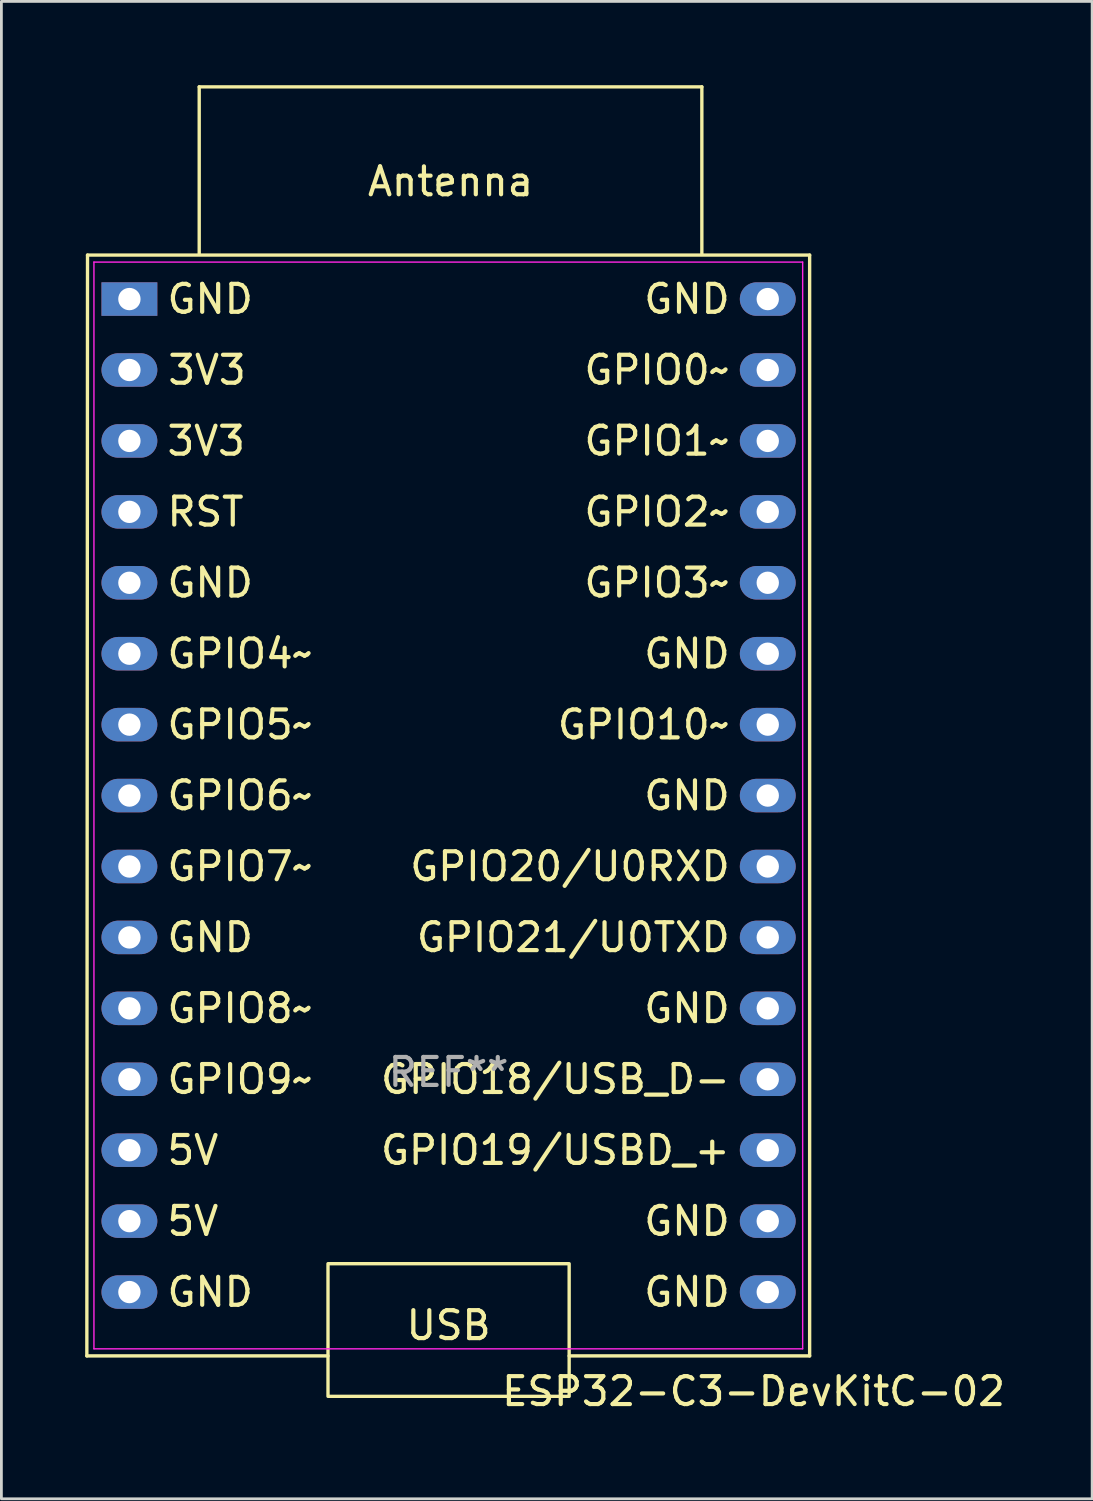
<source format=kicad_pcb>
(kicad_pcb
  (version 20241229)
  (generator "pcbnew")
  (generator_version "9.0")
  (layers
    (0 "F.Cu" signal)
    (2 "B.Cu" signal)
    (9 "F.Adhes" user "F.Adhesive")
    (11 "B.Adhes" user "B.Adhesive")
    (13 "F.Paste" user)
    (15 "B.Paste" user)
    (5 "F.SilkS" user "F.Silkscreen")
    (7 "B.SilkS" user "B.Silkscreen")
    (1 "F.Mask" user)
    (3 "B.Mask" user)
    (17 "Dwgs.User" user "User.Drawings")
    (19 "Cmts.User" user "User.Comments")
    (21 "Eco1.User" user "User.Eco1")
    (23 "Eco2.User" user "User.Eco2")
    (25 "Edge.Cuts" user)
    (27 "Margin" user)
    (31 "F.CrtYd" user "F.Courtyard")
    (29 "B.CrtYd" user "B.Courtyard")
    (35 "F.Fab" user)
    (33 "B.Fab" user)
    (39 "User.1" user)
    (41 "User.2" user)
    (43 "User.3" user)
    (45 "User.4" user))
  (footprint "ESP32-C3-DevKitC-02"
    (layer "F.Cu")
    (at 1.584 7.66)
    (property "Reference" "ESP32-C3-DevKitC-02" (at 22.352 39.116 0) (layer "F.SilkS") (effects (font (size 1 1) (thickness 0.15))))
    (attr through_hole)
    (fp_line (start -1.524 37.846) (end 7.112 37.846) (stroke (width 0.12) (type solid)) (layer "F.SilkS"))
    (fp_line (start -1.5 -1.575) (end -1.524 37.846) (stroke (width 0.12) (type solid)) (layer "F.SilkS"))
    (fp_line (start 2.5 -7.6) (end 20.5 -7.6) (stroke (width 0.12) (type default)) (layer "F.SilkS"))
    (fp_line (start 2.5 -1.6) (end 2.5 -7.6) (stroke (width 0.12) (type default)) (layer "F.SilkS"))
    (fp_line (start 20.5 -7.6) (end 20.5 -1.6) (stroke (width 0.12) (type default)) (layer "F.SilkS"))
    (fp_line (start 24.36 37.846) (end 15.748 37.846) (stroke (width 0.12) (type default)) (layer "F.SilkS"))
    (fp_line (start 24.36 37.846) (end 24.36 -1.575) (stroke (width 0.12) (type solid)) (layer "F.SilkS"))
    (fp_line (start 24.36 -1.575) (end -1.5 -1.575) (stroke (width 0.12) (type solid)) (layer "F.SilkS"))
    (fp_rect (start 7.112 34.544) (end 15.748 39.294) (stroke (width 0.12) (type solid)) (fill no) (layer "F.SilkS"))
    (fp_line (start -1.27 -1.325) (end 24.11 -1.325) (stroke (width 0.05) (type solid)) (layer "F.CrtYd"))
    (fp_line (start -1.27 37.592) (end -1.27 -1.325) (stroke (width 0.05) (type solid)) (layer "F.CrtYd"))
    (fp_line (start 24.11 -1.325) (end 24.11 37.592) (stroke (width 0.05) (type solid)) (layer "F.CrtYd"))
    (fp_line (start 24.11 37.592) (end -1.27 37.592) (stroke (width 0.05) (type solid)) (layer "F.CrtYd"))
    (fp_text user "GPIO6~" (at 1.27 17.78 0) (unlocked yes) (layer "F.SilkS") (effects (font (size 1 1) (thickness 0.15)) (justify left)))
    (fp_text user "GND" (at 1.27 35.56 0) (unlocked yes) (layer "F.SilkS") (effects (font (size 1 1) (thickness 0.15)) (justify left)))
    (fp_text user "GPIO3~" (at 21.59 10.16 0) (unlocked yes) (layer "F.SilkS") (effects (font (size 1 1) (thickness 0.15)) (justify right)))
    (fp_text user "USB" (at 11.43 37.338 0) (unlocked yes) (layer "F.SilkS") (effects (font (size 1 1) (thickness 0.15)) (justify bottom)))
    (fp_text user "GPIO1~" (at 21.59 5.08 0) (unlocked yes) (layer "F.SilkS") (effects (font (size 1 1) (thickness 0.15)) (justify right)))
    (fp_text user "GND" (at 21.59 25.4 0) (unlocked yes) (layer "F.SilkS") (effects (font (size 1 1) (thickness 0.15)) (justify right)))
    (fp_text user "GPIO18/USB_D-" (at 21.59 27.94 0) (unlocked yes) (layer "F.SilkS") (effects (font (size 1 1) (thickness 0.15)) (justify right)))
    (fp_text user "GPIO21/U0TXD" (at 21.59 22.86 0) (unlocked yes) (layer "F.SilkS") (effects (font (size 1 1) (thickness 0.15)) (justify right)))
    (fp_text user "GND" (at 21.59 12.7 0) (unlocked yes) (layer "F.SilkS") (effects (font (size 1 1) (thickness 0.15)) (justify right)))
    (fp_text user "GPIO20/U0RXD" (at 21.59 20.32 0) (unlocked yes) (layer "F.SilkS") (effects (font (size 1 1) (thickness 0.15)) (justify right)))
    (fp_text user "5V" (at 1.27 33.02 0) (unlocked yes) (layer "F.SilkS") (effects (font (size 1 1) (thickness 0.15)) (justify left)))
    (fp_text user "GND" (at 21.59 35.56 0) (unlocked yes) (layer "F.SilkS") (effects (font (size 1 1) (thickness 0.15)) (justify right)))
    (fp_text user "5V" (at 1.27 30.48 0) (unlocked yes) (layer "F.SilkS") (effects (font (size 1 1) (thickness 0.15)) (justify left)))
    (fp_text user "GPIO5~" (at 1.27 15.24 0) (unlocked yes) (layer "F.SilkS") (effects (font (size 1 1) (thickness 0.15)) (justify left)))
    (fp_text user "GPIO2~" (at 21.59 7.62 0) (unlocked yes) (layer "F.SilkS") (effects (font (size 1 1) (thickness 0.15)) (justify right)))
    (fp_text user "GND" (at 1.27 10.16 0) (unlocked yes) (layer "F.SilkS") (effects (font (size 1 1) (thickness 0.15)) (justify left)))
    (fp_text user "GND" (at 21.59 33.02 0) (unlocked yes) (layer "F.SilkS") (effects (font (size 1 1) (thickness 0.15)) (justify right)))
    (fp_text user "GPIO9~" (at 1.27 27.94 0) (unlocked yes) (layer "F.SilkS") (effects (font (size 1 1) (thickness 0.15)) (justify left)))
    (fp_text user "GPIO8~" (at 1.27 25.4 0) (unlocked yes) (layer "F.SilkS") (effects (font (size 1 1) (thickness 0.15)) (justify left)))
    (fp_text user "GPIO4~" (at 1.27 12.7 0) (unlocked yes) (layer "F.SilkS") (effects (font (size 1 1) (thickness 0.15)) (justify left)))
    (fp_text user "GND" (at 21.59 0 0) (unlocked yes) (layer "F.SilkS") (effects (font (size 1 1) (thickness 0.15)) (justify right)))
    (fp_text user "GND" (at 1.27 0 0) (unlocked yes) (layer "F.SilkS") (effects (font (size 1 1) (thickness 0.15)) (justify left)))
    (fp_text user "Antenna" (at 11.5 -4.208 0) (unlocked yes) (layer "F.SilkS") (effects (font (size 1 1) (thickness 0.15))))
    (fp_text user "GPIO7~" (at 1.27 20.32 0) (unlocked yes) (layer "F.SilkS") (effects (font (size 1 1) (thickness 0.15)) (justify left)))
    (fp_text user "GPIO10~" (at 21.59 15.24 0) (unlocked yes) (layer "F.SilkS") (effects (font (size 1 1) (thickness 0.15)) (justify right)))
    (fp_text user "GND" (at 1.27 22.86 0) (unlocked yes) (layer "F.SilkS") (effects (font (size 1 1) (thickness 0.15)) (justify left)))
    (fp_text user "GPIO19/USBD_+" (at 21.59 30.48 0) (unlocked yes) (layer "F.SilkS") (effects (font (size 1 1) (thickness 0.15)) (justify right)))
    (fp_text user "RST" (at 1.27 7.62 0) (unlocked yes) (layer "F.SilkS") (effects (font (size 1 1) (thickness 0.15)) (justify left)))
    (fp_text user "3V3" (at 1.27 5.08 0) (unlocked yes) (layer "F.SilkS") (effects (font (size 1 1) (thickness 0.15)) (justify left)))
    (fp_text user "GND" (at 21.59 17.78 0) (unlocked yes) (layer "F.SilkS") (effects (font (size 1 1) (thickness 0.15)) (justify right)))
    (fp_text user "GPIO0~" (at 21.59 2.54 0) (unlocked yes) (layer "F.SilkS") (effects (font (size 1 1) (thickness 0.15)) (justify right)))
    (fp_text user "3V3" (at 1.3 2.54 0) (unlocked yes) (layer "F.SilkS") (effects (font (size 1 1) (thickness 0.15)) (justify left)))
    (fp_text user "REF**" (at 11.43 27.686 0) (layer "F.Fab") (effects (font (size 1 1) (thickness 0.15))))
    (pad "1" thru_hole rect (at 0 0 270) (size 1.2 2) (drill 0.8) (layers "*.Cu" "*.Mask"))
    (pad "2" thru_hole oval (at 0 2.54 270) (size 1.2 2) (drill 0.8) (layers "*.Cu" "*.Mask"))
    (pad "3" thru_hole oval (at 0 5.08 270) (size 1.2 2) (drill 0.8) (layers "*.Cu" "*.Mask"))
    (pad "4" thru_hole oval (at 0 7.62 270) (size 1.2 2) (drill 0.8) (layers "*.Cu" "*.Mask"))
    (pad "5" thru_hole oval (at 0 10.16 270) (size 1.2 2) (drill 0.8) (layers "*.Cu" "*.Mask"))
    (pad "6" thru_hole oval (at 0 12.7 270) (size 1.2 2) (drill 0.8) (layers "*.Cu" "*.Mask"))
    (pad "7" thru_hole oval (at 0 15.24 270) (size 1.2 2) (drill 0.8) (layers "*.Cu" "*.Mask"))
    (pad "8" thru_hole oval (at 0 17.78 270) (size 1.2 2) (drill 0.8) (layers "*.Cu" "*.Mask"))
    (pad "9" thru_hole oval (at 0 20.32 270) (size 1.2 2) (drill 0.8) (layers "*.Cu" "*.Mask"))
    (pad "10" thru_hole oval (at 0 22.86 270) (size 1.2 2) (drill 0.8) (layers "*.Cu" "*.Mask"))
    (pad "11" thru_hole oval (at 0 25.4 270) (size 1.2 2) (drill 0.8) (layers "*.Cu" "*.Mask"))
    (pad "12" thru_hole oval (at 0 27.94 270) (size 1.2 2) (drill 0.8) (layers "*.Cu" "*.Mask"))
    (pad "13" thru_hole oval (at 0 30.48 270) (size 1.2 2) (drill 0.8) (layers "*.Cu" "*.Mask"))
    (pad "14" thru_hole oval (at 0 33.02 270) (size 1.2 2) (drill 0.8) (layers "*.Cu" "*.Mask"))
    (pad "15" thru_hole oval (at 0 35.56 270) (size 1.2 2) (drill 0.8) (layers "*.Cu" "*.Mask"))
    (pad "16" thru_hole oval (at 22.86 35.56 270) (size 1.2 2) (drill 0.8) (layers "*.Cu" "*.Mask"))
    (pad "17" thru_hole oval (at 22.86 33.02 270) (size 1.2 2) (drill 0.8) (layers "*.Cu" "*.Mask"))
    (pad "18" thru_hole oval (at 22.86 30.48 270) (size 1.2 2) (drill 0.8) (layers "*.Cu" "*.Mask"))
    (pad "19" thru_hole oval (at 22.86 27.94 270) (size 1.2 2) (drill 0.8) (layers "*.Cu" "*.Mask"))
    (pad "20" thru_hole oval (at 22.86 25.4 270) (size 1.2 2) (drill 0.8) (layers "*.Cu" "*.Mask"))
    (pad "21" thru_hole oval (at 22.86 22.86 270) (size 1.2 2) (drill 0.8) (layers "*.Cu" "*.Mask"))
    (pad "22" thru_hole oval (at 22.86 20.32 270) (size 1.2 2) (drill 0.8) (layers "*.Cu" "*.Mask"))
    (pad "23" thru_hole oval (at 22.86 17.78 270) (size 1.2 2) (drill 0.8) (layers "*.Cu" "*.Mask"))
    (pad "24" thru_hole oval (at 22.86 15.24 270) (size 1.2 2) (drill 0.8) (layers "*.Cu" "*.Mask"))
    (pad "25" thru_hole oval (at 22.86 12.7 270) (size 1.2 2) (drill 0.8) (layers "*.Cu" "*.Mask"))
    (pad "26" thru_hole oval (at 22.86 10.16 270) (size 1.2 2) (drill 0.8) (layers "*.Cu" "*.Mask"))
    (pad "27" thru_hole oval (at 22.86 7.62 270) (size 1.2 2) (drill 0.8) (layers "*.Cu" "*.Mask"))
    (pad "28" thru_hole oval (at 22.86 5.08 270) (size 1.2 2) (drill 0.8) (layers "*.Cu" "*.Mask"))
    (pad "29" thru_hole oval (at 22.86 2.54 270) (size 1.2 2) (drill 0.8) (layers "*.Cu" "*.Mask"))
    (pad "30" thru_hole oval (at 22.86 0 270) (size 1.2 2) (drill 0.8) (layers "*.Cu" "*.Mask")))
  (gr_rect
    (start -3 -3)
    (end 36.061 50.624)
    (stroke (width 0.1) (type default))
    (fill no)
    (layer "Edge.Cuts")))
</source>
